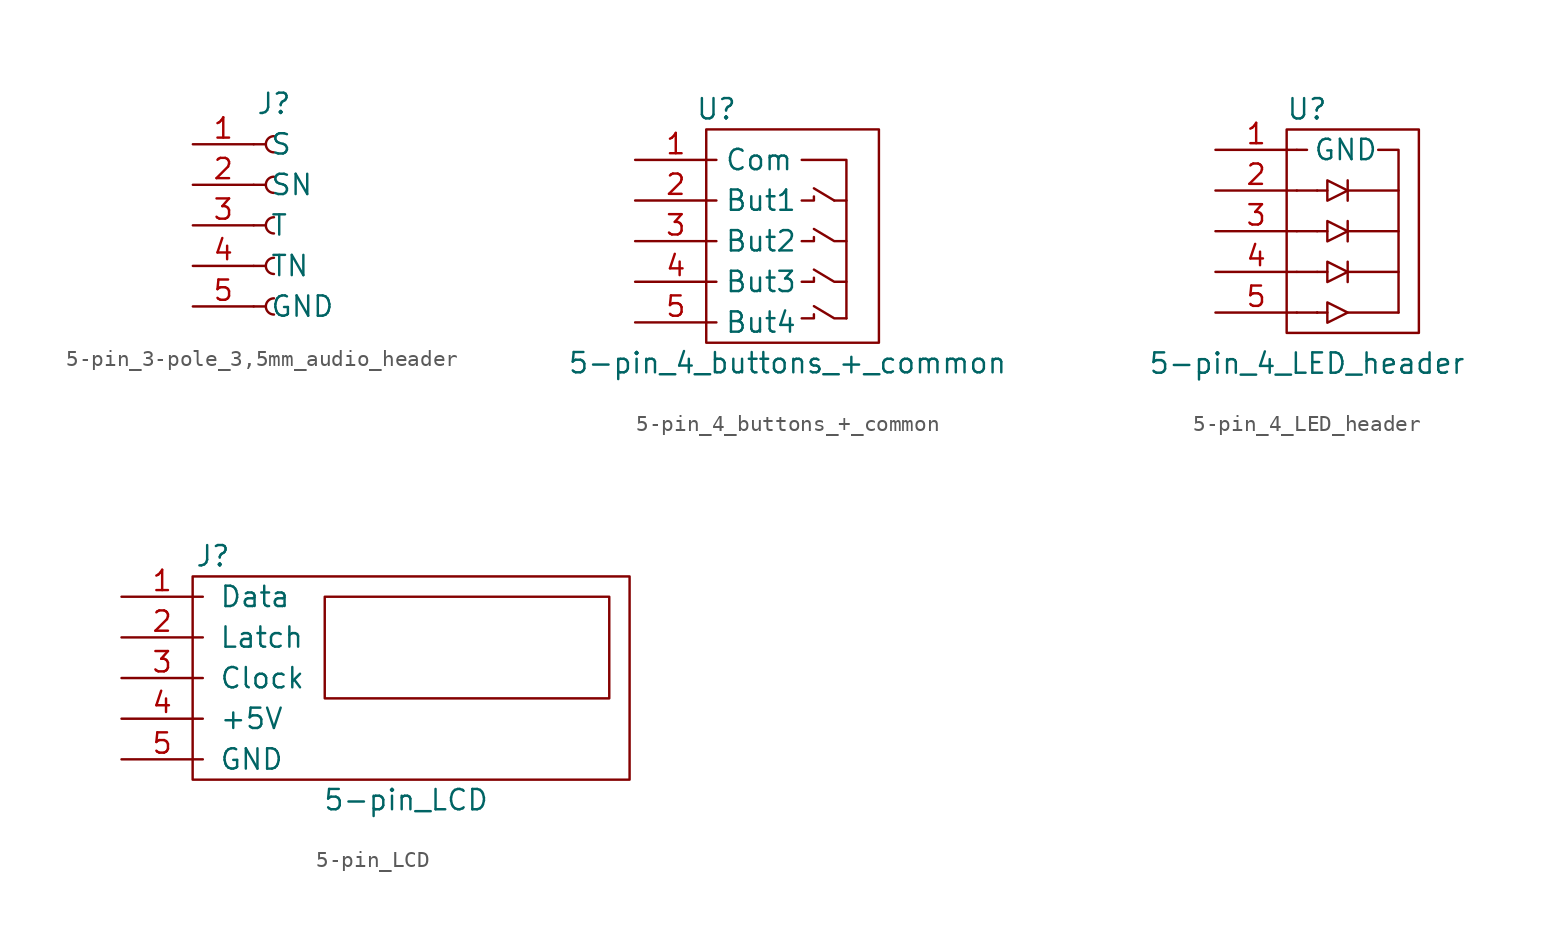
<source format=kicad_sym>
(kicad_symbol_lib
  (version 20231120)
  (generator "kicad_symbol_editor")
  (generator_version "8.0")
  (symbol "5-pin_3-pole_3,5mm_audio_header"
    (pin_names
      (offset 1.016))
    (property "Reference" "J"
      (at 0 7.62 0)
      (effects (font (size 1.27 1.27))))
    (symbol "5-pin_3-pole_3,5mm_audio_header_1_1"
      (arc (start 0 -4.572) (mid -0.5058 -5.08) (end 0 -5.588) (stroke (width 0.1524) (type default)) (fill (type none)))
      (arc (start 0 -2.032) (mid -0.5058 -2.54) (end 0 -3.048) (stroke (width 0.1524) (type default)) (fill (type none)))
      (polyline (pts (xy -1.27 -5.08) (xy -0.508 -5.08)) (stroke (width 0.152) (type default)) (fill (type none)))
      (polyline (pts (xy -1.27 -2.54) (xy -0.508 -2.54)) (stroke (width 0.152) (type default)) (fill (type none)))
      (polyline (pts (xy -1.27 0) (xy -0.508 0)) (stroke (width 0.152) (type default)) (fill (type none)))
      (polyline (pts (xy -1.27 2.54) (xy -0.508 2.54)) (stroke (width 0.152) (type default)) (fill (type none)))
      (polyline (pts (xy -1.27 5.08) (xy -0.508 5.08)) (stroke (width 0.152) (type default)) (fill (type none)))
      (arc (start 0 0.508) (mid -0.5058 0) (end 0 -0.508) (stroke (width 0.1524) (type default)) (fill (type none)))
      (arc (start 0 3.048) (mid -0.5058 2.54) (end 0 2.032) (stroke (width 0.1524) (type default)) (fill (type none)))
      (arc (start 0 5.588) (mid -0.5058 5.08) (end 0 4.572) (stroke (width 0.1524) (type default)) (fill (type none)))
      (pin passive line (at -5.08 5.08 0) (length 3.81) (name "S" (effects (font (size 1.27 1.27)))) (number "1" (effects (font (size 1.27 1.27)))))
      (pin passive line (at -5.08 2.54 0) (length 3.81) (name "SN" (effects (font (size 1.27 1.27)))) (number "2" (effects (font (size 1.27 1.27)))))
      (pin passive line (at -5.08 0 0) (length 3.81) (name "T" (effects (font (size 1.27 1.27)))) (number "3" (effects (font (size 1.27 1.27)))))
      (pin passive line (at -5.08 -2.54 0) (length 3.81) (name "TN" (effects (font (size 1.27 1.27)))) (number "4" (effects (font (size 1.27 1.27)))))
      (pin passive line (at -5.08 -5.08 0) (length 3.81) (name "GND" (effects (font (size 1.27 1.27)))) (number "5" (effects (font (size 1.27 1.27)))))))
  (symbol "5-pin_4_buttons_+_common"
    (property "Reference" "U"
      (at 5.08 3.175 0)
      (effects (font (size 1.27 1.27))))
    (property "Value" "5-pin_4_buttons_+_common"
      (at 9.525 -12.7 0)
      (effects (font (size 1.27 1.27))))
    (symbol "5-pin_4_buttons_+_common_0_1"
      (polyline (pts (xy 11.176 -1.778) (xy 12.446 -2.54)) (stroke (width 0.152) (type default)) (fill (type none)))
      (polyline (pts (xy 10.414 -9.906) (xy 11.176 -9.906) (xy 11.176 -9.652)) (stroke (width 0.152) (type default)) (fill (type none)))
      (polyline (pts (xy 10.414 -7.62) (xy 11.176 -7.62) (xy 11.176 -7.366)) (stroke (width 0.152) (type default)) (fill (type none)))
      (polyline (pts (xy 10.414 -5.08) (xy 11.176 -5.08) (xy 11.176 -4.826)) (stroke (width 0.152) (type default)) (fill (type none)))
      (polyline (pts (xy 10.414 -2.54) (xy 11.176 -2.54) (xy 11.176 -2.286)) (stroke (width 0.152) (type default)) (fill (type none)))
      (polyline (pts (xy 11.176 -6.858) (xy 12.446 -7.62) (xy 13.208 -7.62)) (stroke (width 0.152) (type default)) (fill (type none)))
      (polyline (pts (xy 12.446 -2.54) (xy 13.208 -2.54) (xy 13.208 -9.906)) (stroke (width 0.152) (type default)) (fill (type none)))
      (polyline (pts (xy 13.208 -9.906) (xy 12.446 -9.906) (xy 11.176 -9.144)) (stroke (width 0.152) (type default)) (fill (type none)))
      (polyline (pts (xy 13.208 -5.08) (xy 12.446 -5.08) (xy 11.176 -4.318)) (stroke (width 0.152) (type default)) (fill (type none)))
      (polyline (pts (xy 13.208 -2.54) (xy 13.208 0) (xy 10.414 0)) (stroke (width 0.152) (type default)) (fill (type none)))
      (polyline (pts (xy 4.445 1.905) (xy 15.24 1.905) (xy 15.24 -11.43) (xy 4.445 -11.43) (xy 4.445 1.905)) (stroke (width 0.152) (type default)) (fill (type none))))
    (symbol "5-pin_4_buttons_+_common_1_1"
      (pin input line (at 0 0 0) (length 5.08) (name "Com" (effects (font (size 1.27 1.27)))) (number "1" (effects (font (size 1.27 1.27)))))
      (pin output line (at 0 -2.54 0) (length 5.08) (name "But1" (effects (font (size 1.27 1.27)))) (number "2" (effects (font (size 1.27 1.27)))))
      (pin output line (at 0 -5.08 0) (length 5.08) (name "But2" (effects (font (size 1.27 1.27)))) (number "3" (effects (font (size 1.27 1.27)))))
      (pin output line (at 0 -7.62 0) (length 5.08) (name "But3" (effects (font (size 1.27 1.27)))) (number "4" (effects (font (size 1.27 1.27)))))
      (pin output line (at 0 -10.16 0) (length 5.08) (name "But4" (effects (font (size 1.27 1.27)))) (number "5" (effects (font (size 1.27 1.27)))))))
  (symbol "5-pin_4_LED_header"
    (pin_names
      (offset 1.016))
    (property "Reference" "U"
      (at 5.715 2.54 0)
      (effects (font (size 1.27 1.27))))
    (property "Value" "5-pin_4_LED_header"
      (at 5.715 -13.335 0)
      (effects (font (size 1.27 1.27))))
    (symbol "5-pin_4_LED_header_0_1"
      (polyline (pts (xy 5.08 0) (xy 5.715 0)) (stroke (width 0) (type default)) (fill (type none)))
      (polyline (pts (xy 6.35 -10.16) (xy 5.08 -10.16)) (stroke (width 0) (type default)) (fill (type none)))
      (polyline (pts (xy 6.35 -10.16) (xy 6.35 -10.16)) (stroke (width 0) (type default)) (fill (type none)))
      (polyline (pts (xy 6.35 -7.62) (xy 5.08 -7.62)) (stroke (width 0) (type default)) (fill (type none)))
      (polyline (pts (xy 6.35 -5.08) (xy 5.08 -5.08)) (stroke (width 0) (type default)) (fill (type none)))
      (polyline (pts (xy 6.35 -5.08) (xy 6.985 -5.08)) (stroke (width 0) (type default)) (fill (type none)))
      (polyline (pts (xy 6.35 -2.54) (xy 5.08 -2.54)) (stroke (width 0) (type default)) (fill (type none)))
      (polyline (pts (xy 6.985 -10.16) (xy 6.35 -10.16)) (stroke (width 0) (type default)) (fill (type none)))
      (polyline (pts (xy 6.985 -7.62) (xy 6.35 -7.62)) (stroke (width 0) (type default)) (fill (type none)))
      (polyline (pts (xy 6.985 -2.54) (xy 6.35 -2.54)) (stroke (width 0) (type default)) (fill (type none)))
      (polyline (pts (xy 8.255 -10.16) (xy 11.43 -10.16)) (stroke (width 0) (type default)) (fill (type none)))
      (polyline (pts (xy 8.255 -7.62) (xy 11.43 -7.62)) (stroke (width 0) (type default)) (fill (type none)))
      (polyline (pts (xy 8.255 -6.985) (xy 8.255 -8.255)) (stroke (width 0) (type default)) (fill (type none)))
      (polyline (pts (xy 8.255 -5.08) (xy 8.255 -5.715)) (stroke (width 0) (type default)) (fill (type none)))
      (polyline (pts (xy 8.255 -5.08) (xy 11.43 -5.08)) (stroke (width 0) (type default)) (fill (type none)))
      (polyline (pts (xy 8.255 -4.445) (xy 8.255 -5.08)) (stroke (width 0) (type default)) (fill (type none)))
      (polyline (pts (xy 8.255 -2.54) (xy 11.43 -2.54)) (stroke (width 0) (type default)) (fill (type none)))
      (polyline (pts (xy 8.255 -1.905) (xy 8.255 -3.175)) (stroke (width 0) (type default)) (fill (type none)))
      (polyline (pts (xy 11.43 -10.16) (xy 11.43 0) (xy 10.16 0)) (stroke (width 0) (type default)) (fill (type none)))
      (polyline (pts (xy 6.985 -10.795) (xy 6.985 -9.525) (xy 8.255 -10.16) (xy 6.985 -10.795)) (stroke (width 0) (type default)) (fill (type none)))
      (polyline (pts (xy 8.255 -7.62) (xy 6.985 -6.985) (xy 6.985 -8.255) (xy 8.255 -7.62)) (stroke (width 0) (type default)) (fill (type none)))
      (polyline (pts (xy 8.255 -5.08) (xy 6.985 -4.445) (xy 6.985 -5.715) (xy 8.255 -5.08)) (stroke (width 0) (type default)) (fill (type none)))
      (polyline (pts (xy 8.255 -2.54) (xy 6.985 -3.175) (xy 6.985 -1.905) (xy 8.255 -2.54)) (stroke (width 0) (type default)) (fill (type none)))
      (polyline (pts (xy 4.445 -11.43) (xy 12.7 -11.43) (xy 12.7 1.27) (xy 4.445 1.27) (xy 4.445 -11.43)) (stroke (width 0) (type default)) (fill (type none))))
    (symbol "5-pin_4_LED_header_1_1"
      (pin power_in line (at 0 0 0) (length 5.08) (name "GND" (effects (font (size 1.27 1.27)))) (number "1" (effects (font (size 1.27 1.27)))))
      (pin input line (at 0 -2.54 0) (length 5.08) (name "~" (effects (font (size 1.27 1.27)))) (number "2" (effects (font (size 1.27 1.27)))))
      (pin input line (at 0 -5.08 0) (length 5.08) (name "~" (effects (font (size 1.27 1.27)))) (number "3" (effects (font (size 1.27 1.27)))))
      (pin input line (at 0 -7.62 0) (length 5.08) (name "~" (effects (font (size 1.27 1.27)))) (number "4" (effects (font (size 1.27 1.27)))))
      (pin input line (at 0 -10.16 0) (length 5.08) (name "~" (effects (font (size 1.27 1.27)))) (number "5" (effects (font (size 1.27 1.27)))))))
  (symbol "5-pin_LCD"
    (pin_names
      (offset 1.016))
    (property "Reference" "J"
      (at 5.715 2.54 0)
      (effects (font (size 1.27 1.27))))
    (property "Value" "5-pin_LCD"
      (at 17.78 -12.7 0)
      (effects (font (size 1.27 1.27))))
    (symbol "5-pin_LCD_0_1"
      (polyline (pts (xy 4.445 1.27) (xy 31.75 1.27) (xy 31.75 -11.43) (xy 4.445 -11.43) (xy 4.445 1.27)) (stroke (width 0) (type default)) (fill (type none)))
      (polyline (pts (xy 12.7 0) (xy 12.7 -6.35) (xy 30.48 -6.35) (xy 30.48 0) (xy 12.7 0)) (stroke (width 0) (type default)) (fill (type none))))
    (symbol "5-pin_LCD_1_1"
      (pin input line (at 0 0 0) (length 5.08) (name "Data" (effects (font (size 1.27 1.27)))) (number "1" (effects (font (size 1.27 1.27)))))
      (pin input line (at 0 -2.54 0) (length 5.08) (name "Latch" (effects (font (size 1.27 1.27)))) (number "2" (effects (font (size 1.27 1.27)))))
      (pin input line (at 0 -5.08 0) (length 5.08) (name "Clock" (effects (font (size 1.27 1.27)))) (number "3" (effects (font (size 1.27 1.27)))))
      (pin power_in line (at 0 -7.62 0) (length 5.08) (name "+5V" (effects (font (size 1.27 1.27)))) (number "4" (effects (font (size 1.27 1.27)))))
      (pin power_in line (at 0 -10.16 0) (length 5.08) (name "GND" (effects (font (size 1.27 1.27)))) (number "5" (effects (font (size 1.27 1.27))))))))
</source>
